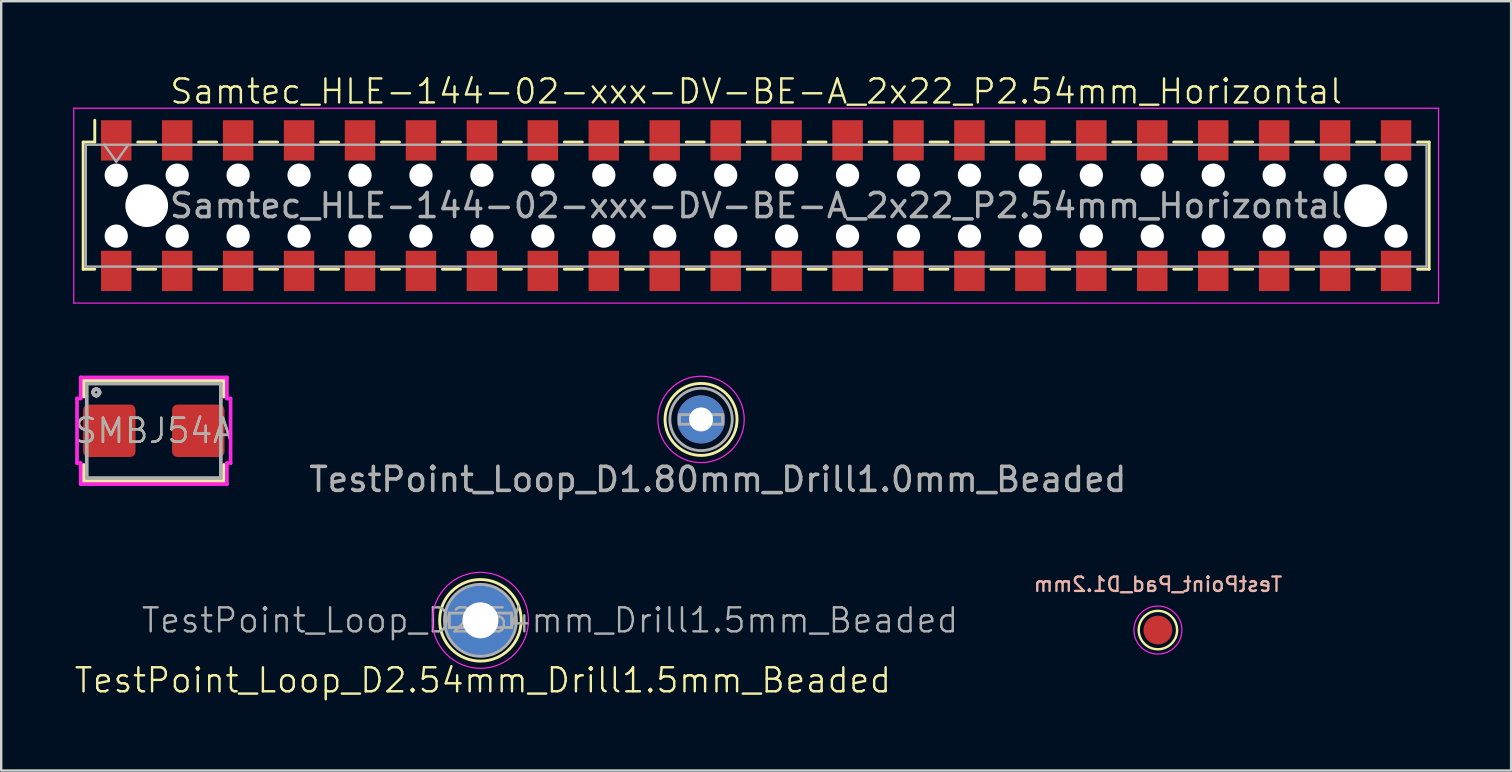
<source format=kicad_pcb>
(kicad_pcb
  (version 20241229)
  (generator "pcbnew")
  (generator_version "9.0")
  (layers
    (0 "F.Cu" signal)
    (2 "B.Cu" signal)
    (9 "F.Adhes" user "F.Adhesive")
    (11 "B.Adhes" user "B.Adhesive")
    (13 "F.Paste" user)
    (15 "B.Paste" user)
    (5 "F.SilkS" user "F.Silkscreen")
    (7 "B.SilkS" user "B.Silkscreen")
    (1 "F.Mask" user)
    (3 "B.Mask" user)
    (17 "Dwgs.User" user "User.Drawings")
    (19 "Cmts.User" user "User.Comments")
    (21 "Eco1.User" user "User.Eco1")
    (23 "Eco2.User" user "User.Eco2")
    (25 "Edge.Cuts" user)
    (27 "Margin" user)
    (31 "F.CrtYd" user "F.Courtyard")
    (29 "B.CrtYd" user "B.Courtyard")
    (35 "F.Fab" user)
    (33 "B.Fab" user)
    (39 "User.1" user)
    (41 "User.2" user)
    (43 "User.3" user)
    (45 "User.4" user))
  (footprint "TestPoint_Loop_D1.80mm_Drill1.0mm_Beaded"
    (layer "F.Cu")
    (at 26.168 14.431)
    (property "Reference" "TestPoint_Loop_D1.80mm_Drill1.0mm_Beaded" (at 0.7 2.5 0) (layer "F.SilkS") (effects (font (size 1 1) (thickness 0.1))))
    (attr through_hole)
    (fp_circle (center 0 0) (end 1.5 0) (stroke (width 0.12) (type solid)) (fill no) (layer "F.SilkS"))
    (fp_circle (center 0 0) (end 1.8 0) (stroke (width 0.05) (type solid)) (fill no) (layer "F.CrtYd"))
    (fp_line (start -0.9 -0.2) (end 0.9 -0.2) (stroke (width 0.12) (type solid)) (layer "F.Fab"))
    (fp_line (start -0.9 0.2) (end -0.9 -0.2) (stroke (width 0.12) (type solid)) (layer "F.Fab"))
    (fp_line (start 0.9 -0.2) (end 0.9 0.2) (stroke (width 0.12) (type solid)) (layer "F.Fab"))
    (fp_line (start 0.9 0.2) (end -0.9 0.2) (stroke (width 0.12) (type solid)) (layer "F.Fab"))
    (fp_circle (center 0 0) (end 1.3 0) (stroke (width 0.12) (type solid)) (fill no) (layer "F.Fab"))
    (fp_text user "${REFERENCE}" (at 0.7 2.5 0) (layer "F.Fab") (effects (font (size 1 1) (thickness 0.15))))
    (pad "1" thru_hole circle (at 0 0) (size 2 2) (drill 1) (layers "*.Cu" "*.Mask")))
  (footprint "TestPoint_Loop_D2.54mm_Drill1.5mm_Beaded"
    (layer "F.Cu")
    (at 16.974 22.804)
    (property "Reference" "TestPoint_Loop_D2.54mm_Drill1.5mm_Beaded" (at 0.1 2.5 0) (layer "F.SilkS") (effects (font (size 1 1) (thickness 0.1))))
    (attr through_hole)
    (fp_circle (center 0 0) (end 1.7 0) (stroke (width 0.12) (type solid)) (fill no) (layer "F.SilkS"))
    (fp_circle (center 0 0) (end 2 0) (stroke (width 0.05) (type solid)) (fill no) (layer "F.CrtYd"))
    (fp_line (start -1.3 -0.3) (end -1.3 0.3) (stroke (width 0.12) (type solid)) (layer "F.Fab"))
    (fp_line (start -1.3 0.3) (end 1.3 0.3) (stroke (width 0.12) (type solid)) (layer "F.Fab"))
    (fp_line (start 1.3 -0.3) (end -1.3 -0.3) (stroke (width 0.12) (type solid)) (layer "F.Fab"))
    (fp_line (start 1.3 0.3) (end 1.3 -0.3) (stroke (width 0.12) (type solid)) (layer "F.Fab"))
    (fp_circle (center 0 0) (end 1.5 0) (stroke (width 0.12) (type solid)) (fill no) (layer "F.Fab"))
    (fp_text user "${REFERENCE}" (at 2.9 0 0) (layer "F.Fab") (effects (font (size 1 1) (thickness 0.1))))
    (pad "1" thru_hole circle (at 0 0) (size 3 3) (drill 1.5) (layers "*.Cu" "*.Mask")))
  (footprint "TestPoint_Pad_D1.2mm"
    (layer "F.Cu")
    (at 45.209 23.21)
    (property "Reference" "TestPoint_Pad_D1.2mm" (at 0 -1.905 0) (layer "B.SilkS") (effects (font (size 0.6 0.6) (thickness 0.1)) (justify mirror)))
    (attr through_hole)
    (fp_circle (center 0 0) (end 0.8 0) (stroke (width 0.1) (type solid)) (fill no) (layer "F.SilkS"))
    (fp_circle (center 0 0) (end 1 0) (stroke (width 0.05) (type solid)) (fill no) (layer "F.CrtYd"))
    (pad "1" smd circle (at 0 0) (size 1.2 1.2) (layers "F.Cu" "F.Mask")))
  (footprint "SMBJ54A"
    (layer "F.Cu")
    (at 3.36 14.904)
    (property "Reference" "SMBJ54A" (at 0 0 0) (layer "F.SilkS") (effects (font (size 1 1) (thickness 0.1))))
    (attr through_hole)
    (fp_line (start -2.921 -2.095) (end -2.921 -1.425) (stroke (width 0.152) (type solid)) (layer "F.SilkS"))
    (fp_line (start -2.921 1.425) (end -2.921 2.095) (stroke (width 0.152) (type solid)) (layer "F.SilkS"))
    (fp_line (start -2.921 2.095) (end 2.921 2.095) (stroke (width 0.152) (type solid)) (layer "F.SilkS"))
    (fp_line (start 2.921 -2.095) (end -2.921 -2.095) (stroke (width 0.152) (type solid)) (layer "F.SilkS"))
    (fp_line (start 2.921 -1.425) (end 2.921 -2.095) (stroke (width 0.152) (type solid)) (layer "F.SilkS"))
    (fp_line (start 2.921 2.095) (end 2.921 1.425) (stroke (width 0.152) (type solid)) (layer "F.SilkS"))
    (fp_line (start -3.2 -1.346) (end -3.048 -1.346) (stroke (width 0.152) (type solid)) (layer "F.CrtYd"))
    (fp_line (start -3.2 1.346) (end -3.2 -1.346) (stroke (width 0.152) (type solid)) (layer "F.CrtYd"))
    (fp_line (start -3.048 -2.223) (end 3.048 -2.223) (stroke (width 0.152) (type solid)) (layer "F.CrtYd"))
    (fp_line (start -3.048 -1.346) (end -3.048 -2.223) (stroke (width 0.152) (type solid)) (layer "F.CrtYd"))
    (fp_line (start -3.048 1.346) (end -3.2 1.346) (stroke (width 0.152) (type solid)) (layer "F.CrtYd"))
    (fp_line (start -3.048 2.223) (end -3.048 1.346) (stroke (width 0.152) (type solid)) (layer "F.CrtYd"))
    (fp_line (start 3.048 -2.223) (end 3.048 -1.346) (stroke (width 0.152) (type solid)) (layer "F.CrtYd"))
    (fp_line (start 3.048 -1.346) (end 3.2 -1.346) (stroke (width 0.152) (type solid)) (layer "F.CrtYd"))
    (fp_line (start 3.048 1.346) (end 3.048 2.223) (stroke (width 0.152) (type solid)) (layer "F.CrtYd"))
    (fp_line (start 3.048 2.223) (end -3.048 2.223) (stroke (width 0.152) (type solid)) (layer "F.CrtYd"))
    (fp_line (start 3.2 -1.346) (end 3.2 1.346) (stroke (width 0.152) (type solid)) (layer "F.CrtYd"))
    (fp_line (start 3.2 1.346) (end 3.048 1.346) (stroke (width 0.152) (type solid)) (layer "F.CrtYd"))
    (fp_line (start -2.794 -1.968) (end -2.794 1.968) (stroke (width 0.152) (type solid)) (layer "F.Fab"))
    (fp_line (start -2.794 1.968) (end 2.794 1.968) (stroke (width 0.152) (type solid)) (layer "F.Fab"))
    (fp_line (start 2.794 -1.968) (end -2.794 -1.968) (stroke (width 0.152) (type solid)) (layer "F.Fab"))
    (fp_line (start 2.794 1.968) (end 2.794 -1.968) (stroke (width 0.152) (type solid)) (layer "F.Fab"))
    (fp_text user "${REFERENCE}" (at 0 0 0) (layer "F.Fab") (effects (font (size 1 1) (thickness 0.1))))
    (fp_text user "°" (at -2.4 -1.2 0) (layer "F.Fab") (effects (font (size 1 1) (thickness 0.15))))
    (fp_text user "°" (at -2.4 -1.2 0) (layer "F.Fab") (effects (font (size 1 1) (thickness 0.15))))
    (pad "1" smd roundrect (at -1.854 0 90) (size 2.184 2.184) (layers "F.Cu" "F.Mask" "F.Paste") (roundrect_rratio 0.1))
    (pad "2" smd roundrect (at 1.854 0 90) (size 2.184 2.184) (layers "F.Cu" "F.Mask" "F.Paste") (roundrect_rratio 0.1)))
  (footprint "Samtec_HLE-144-02-xxx-DV-BE-A_2x22_P2.54mm_Horizontal"
    (layer "F.Cu")
    (at 28.465 5.521)
    (property "Reference" "Samtec_HLE-144-02-xxx-DV-BE-A_2x22_P2.54mm_Horizontal" (at 0 -4.76 0) (layer "F.SilkS") (effects (font (size 1 1) (thickness 0.1))))
    (attr smd)
    (fp_line (start -28.05 -2.65) (end -28.05 2.65) (stroke (width 0.12) (type solid)) (layer "F.SilkS"))
    (fp_line (start -28.05 2.65) (end -27.565 2.65) (stroke (width 0.12) (type solid)) (layer "F.SilkS"))
    (fp_line (start -27.565 -3.56) (end -27.565 -2.65) (stroke (width 0.12) (type solid)) (layer "F.SilkS"))
    (fp_line (start -27.565 -2.65) (end -28.05 -2.65) (stroke (width 0.12) (type solid)) (layer "F.SilkS"))
    (fp_line (start -25.775 -2.65) (end -25.025 -2.65) (stroke (width 0.12) (type solid)) (layer "F.SilkS"))
    (fp_line (start -25.775 2.65) (end -25.025 2.65) (stroke (width 0.12) (type solid)) (layer "F.SilkS"))
    (fp_line (start -23.235 -2.65) (end -22.485 -2.65) (stroke (width 0.12) (type solid)) (layer "F.SilkS"))
    (fp_line (start -23.235 2.65) (end -22.485 2.65) (stroke (width 0.12) (type solid)) (layer "F.SilkS"))
    (fp_line (start -20.695 -2.65) (end -19.945 -2.65) (stroke (width 0.12) (type solid)) (layer "F.SilkS"))
    (fp_line (start -20.695 2.65) (end -19.945 2.65) (stroke (width 0.12) (type solid)) (layer "F.SilkS"))
    (fp_line (start -18.155 -2.65) (end -17.405 -2.65) (stroke (width 0.12) (type solid)) (layer "F.SilkS"))
    (fp_line (start -18.155 2.65) (end -17.405 2.65) (stroke (width 0.12) (type solid)) (layer "F.SilkS"))
    (fp_line (start -15.615 -2.65) (end -14.865 -2.65) (stroke (width 0.12) (type solid)) (layer "F.SilkS"))
    (fp_line (start -15.615 2.65) (end -14.865 2.65) (stroke (width 0.12) (type solid)) (layer "F.SilkS"))
    (fp_line (start -13.075 -2.65) (end -12.325 -2.65) (stroke (width 0.12) (type solid)) (layer "F.SilkS"))
    (fp_line (start -13.075 2.65) (end -12.325 2.65) (stroke (width 0.12) (type solid)) (layer "F.SilkS"))
    (fp_line (start -10.535 -2.65) (end -9.785 -2.65) (stroke (width 0.12) (type solid)) (layer "F.SilkS"))
    (fp_line (start -10.535 2.65) (end -9.785 2.65) (stroke (width 0.12) (type solid)) (layer "F.SilkS"))
    (fp_line (start -7.995 -2.65) (end -7.245 -2.65) (stroke (width 0.12) (type solid)) (layer "F.SilkS"))
    (fp_line (start -7.995 2.65) (end -7.245 2.65) (stroke (width 0.12) (type solid)) (layer "F.SilkS"))
    (fp_line (start -5.455 -2.65) (end -4.705 -2.65) (stroke (width 0.12) (type solid)) (layer "F.SilkS"))
    (fp_line (start -5.455 2.65) (end -4.705 2.65) (stroke (width 0.12) (type solid)) (layer "F.SilkS"))
    (fp_line (start -2.915 -2.65) (end -2.165 -2.65) (stroke (width 0.12) (type solid)) (layer "F.SilkS"))
    (fp_line (start -2.915 2.65) (end -2.165 2.65) (stroke (width 0.12) (type solid)) (layer "F.SilkS"))
    (fp_line (start -0.375 -2.65) (end 0.375 -2.65) (stroke (width 0.12) (type solid)) (layer "F.SilkS"))
    (fp_line (start -0.375 2.65) (end 0.375 2.65) (stroke (width 0.12) (type solid)) (layer "F.SilkS"))
    (fp_line (start 2.165 -2.65) (end 2.915 -2.65) (stroke (width 0.12) (type solid)) (layer "F.SilkS"))
    (fp_line (start 2.165 2.65) (end 2.915 2.65) (stroke (width 0.12) (type solid)) (layer "F.SilkS"))
    (fp_line (start 4.705 -2.65) (end 5.455 -2.65) (stroke (width 0.12) (type solid)) (layer "F.SilkS"))
    (fp_line (start 4.705 2.65) (end 5.455 2.65) (stroke (width 0.12) (type solid)) (layer "F.SilkS"))
    (fp_line (start 7.245 -2.65) (end 7.995 -2.65) (stroke (width 0.12) (type solid)) (layer "F.SilkS"))
    (fp_line (start 7.245 2.65) (end 7.995 2.65) (stroke (width 0.12) (type solid)) (layer "F.SilkS"))
    (fp_line (start 9.785 -2.65) (end 10.535 -2.65) (stroke (width 0.12) (type solid)) (layer "F.SilkS"))
    (fp_line (start 9.785 2.65) (end 10.535 2.65) (stroke (width 0.12) (type solid)) (layer "F.SilkS"))
    (fp_line (start 12.325 -2.65) (end 13.075 -2.65) (stroke (width 0.12) (type solid)) (layer "F.SilkS"))
    (fp_line (start 12.325 2.65) (end 13.075 2.65) (stroke (width 0.12) (type solid)) (layer "F.SilkS"))
    (fp_line (start 14.865 -2.65) (end 15.615 -2.65) (stroke (width 0.12) (type solid)) (layer "F.SilkS"))
    (fp_line (start 14.865 2.65) (end 15.615 2.65) (stroke (width 0.12) (type solid)) (layer "F.SilkS"))
    (fp_line (start 17.405 -2.65) (end 18.155 -2.65) (stroke (width 0.12) (type solid)) (layer "F.SilkS"))
    (fp_line (start 17.405 2.65) (end 18.155 2.65) (stroke (width 0.12) (type solid)) (layer "F.SilkS"))
    (fp_line (start 19.945 -2.65) (end 20.695 -2.65) (stroke (width 0.12) (type solid)) (layer "F.SilkS"))
    (fp_line (start 19.945 2.65) (end 20.695 2.65) (stroke (width 0.12) (type solid)) (layer "F.SilkS"))
    (fp_line (start 22.485 -2.65) (end 23.235 -2.65) (stroke (width 0.12) (type solid)) (layer "F.SilkS"))
    (fp_line (start 22.485 2.65) (end 23.235 2.65) (stroke (width 0.12) (type solid)) (layer "F.SilkS"))
    (fp_line (start 25.025 -2.65) (end 25.775 -2.65) (stroke (width 0.12) (type solid)) (layer "F.SilkS"))
    (fp_line (start 25.025 2.65) (end 25.775 2.65) (stroke (width 0.12) (type solid)) (layer "F.SilkS"))
    (fp_line (start 27.565 -2.65) (end 28.05 -2.65) (stroke (width 0.12) (type solid)) (layer "F.SilkS"))
    (fp_line (start 28.05 -2.65) (end 28.05 2.65) (stroke (width 0.12) (type solid)) (layer "F.SilkS"))
    (fp_line (start 28.05 2.65) (end 27.565 2.65) (stroke (width 0.12) (type solid)) (layer "F.SilkS"))
    (fp_line (start -28.44 -4.06) (end 28.44 -4.06) (stroke (width 0.05) (type solid)) (layer "F.CrtYd"))
    (fp_line (start -28.44 4.06) (end -28.44 -4.06) (stroke (width 0.05) (type solid)) (layer "F.CrtYd"))
    (fp_line (start 28.44 -4.06) (end 28.44 4.06) (stroke (width 0.05) (type solid)) (layer "F.CrtYd"))
    (fp_line (start 28.44 4.06) (end -28.44 4.06) (stroke (width 0.05) (type solid)) (layer "F.CrtYd"))
    (fp_line (start -27.94 -2.54) (end 27.94 -2.54) (stroke (width 0.1) (type solid)) (layer "F.Fab"))
    (fp_line (start -27.94 2.54) (end -27.94 -2.54) (stroke (width 0.1) (type solid)) (layer "F.Fab"))
    (fp_line (start -27.17 -2.54) (end -26.67 -1.833) (stroke (width 0.1) (type solid)) (layer "F.Fab"))
    (fp_line (start -26.67 -1.833) (end -26.17 -2.54) (stroke (width 0.1) (type solid)) (layer "F.Fab"))
    (fp_line (start 27.94 -2.54) (end 27.94 2.54) (stroke (width 0.1) (type solid)) (layer "F.Fab"))
    (fp_line (start 27.94 2.54) (end -27.94 2.54) (stroke (width 0.1) (type solid)) (layer "F.Fab"))
    (fp_text user "${REFERENCE}" (at 0 0 0) (layer "F.Fab") (effects (font (size 1 1) (thickness 0.15))))
    (pad "" np_thru_hole circle (at -26.67 -1.27) (size 0.97 0.97) (drill 0.97) (layers "*.Cu" "*.Mask"))
    (pad "" np_thru_hole circle (at -26.67 1.27) (size 0.97 0.97) (drill 0.97) (layers "*.Cu" "*.Mask"))
    (pad "" np_thru_hole circle (at -25.4 0) (size 1.78 1.78) (drill 1.78) (layers "*.Cu" "*.Mask"))
    (pad "" np_thru_hole circle (at -24.13 -1.27) (size 0.97 0.97) (drill 0.97) (layers "*.Cu" "*.Mask"))
    (pad "" np_thru_hole circle (at -24.13 1.27) (size 0.97 0.97) (drill 0.97) (layers "*.Cu" "*.Mask"))
    (pad "" np_thru_hole circle (at -21.59 -1.27) (size 0.97 0.97) (drill 0.97) (layers "*.Cu" "*.Mask"))
    (pad "" np_thru_hole circle (at -21.59 1.27) (size 0.97 0.97) (drill 0.97) (layers "*.Cu" "*.Mask"))
    (pad "" np_thru_hole circle (at -19.05 -1.27) (size 0.97 0.97) (drill 0.97) (layers "*.Cu" "*.Mask"))
    (pad "" np_thru_hole circle (at -19.05 1.27) (size 0.97 0.97) (drill 0.97) (layers "*.Cu" "*.Mask"))
    (pad "" np_thru_hole circle (at -16.51 -1.27) (size 0.97 0.97) (drill 0.97) (layers "*.Cu" "*.Mask"))
    (pad "" np_thru_hole circle (at -16.51 1.27) (size 0.97 0.97) (drill 0.97) (layers "*.Cu" "*.Mask"))
    (pad "" np_thru_hole circle (at -13.97 -1.27) (size 0.97 0.97) (drill 0.97) (layers "*.Cu" "*.Mask"))
    (pad "" np_thru_hole circle (at -13.97 1.27) (size 0.97 0.97) (drill 0.97) (layers "*.Cu" "*.Mask"))
    (pad "" np_thru_hole circle (at -11.43 -1.27) (size 0.97 0.97) (drill 0.97) (layers "*.Cu" "*.Mask"))
    (pad "" np_thru_hole circle (at -11.43 1.27) (size 0.97 0.97) (drill 0.97) (layers "*.Cu" "*.Mask"))
    (pad "" np_thru_hole circle (at -8.89 -1.27) (size 0.97 0.97) (drill 0.97) (layers "*.Cu" "*.Mask"))
    (pad "" np_thru_hole circle (at -8.89 1.27) (size 0.97 0.97) (drill 0.97) (layers "*.Cu" "*.Mask"))
    (pad "" np_thru_hole circle (at -6.35 -1.27) (size 0.97 0.97) (drill 0.97) (layers "*.Cu" "*.Mask"))
    (pad "" np_thru_hole circle (at -6.35 1.27) (size 0.97 0.97) (drill 0.97) (layers "*.Cu" "*.Mask"))
    (pad "" np_thru_hole circle (at -3.81 -1.27) (size 0.97 0.97) (drill 0.97) (layers "*.Cu" "*.Mask"))
    (pad "" np_thru_hole circle (at -3.81 1.27) (size 0.97 0.97) (drill 0.97) (layers "*.Cu" "*.Mask"))
    (pad "" np_thru_hole circle (at -1.27 -1.27) (size 0.97 0.97) (drill 0.97) (layers "*.Cu" "*.Mask"))
    (pad "" np_thru_hole circle (at -1.27 1.27) (size 0.97 0.97) (drill 0.97) (layers "*.Cu" "*.Mask"))
    (pad "" np_thru_hole circle (at 1.27 -1.27) (size 0.97 0.97) (drill 0.97) (layers "*.Cu" "*.Mask"))
    (pad "" np_thru_hole circle (at 1.27 1.27) (size 0.97 0.97) (drill 0.97) (layers "*.Cu" "*.Mask"))
    (pad "" np_thru_hole circle (at 3.81 -1.27) (size 0.97 0.97) (drill 0.97) (layers "*.Cu" "*.Mask"))
    (pad "" np_thru_hole circle (at 3.81 1.27) (size 0.97 0.97) (drill 0.97) (layers "*.Cu" "*.Mask"))
    (pad "" np_thru_hole circle (at 6.35 -1.27) (size 0.97 0.97) (drill 0.97) (layers "*.Cu" "*.Mask"))
    (pad "" np_thru_hole circle (at 6.35 1.27) (size 0.97 0.97) (drill 0.97) (layers "*.Cu" "*.Mask"))
    (pad "" np_thru_hole circle (at 8.89 -1.27) (size 0.97 0.97) (drill 0.97) (layers "*.Cu" "*.Mask"))
    (pad "" np_thru_hole circle (at 8.89 1.27) (size 0.97 0.97) (drill 0.97) (layers "*.Cu" "*.Mask"))
    (pad "" np_thru_hole circle (at 11.43 -1.27) (size 0.97 0.97) (drill 0.97) (layers "*.Cu" "*.Mask"))
    (pad "" np_thru_hole circle (at 11.43 1.27) (size 0.97 0.97) (drill 0.97) (layers "*.Cu" "*.Mask"))
    (pad "" np_thru_hole circle (at 13.97 -1.27) (size 0.97 0.97) (drill 0.97) (layers "*.Cu" "*.Mask"))
    (pad "" np_thru_hole circle (at 13.97 1.27) (size 0.97 0.97) (drill 0.97) (layers "*.Cu" "*.Mask"))
    (pad "" np_thru_hole circle (at 16.51 -1.27) (size 0.97 0.97) (drill 0.97) (layers "*.Cu" "*.Mask"))
    (pad "" np_thru_hole circle (at 16.51 1.27) (size 0.97 0.97) (drill 0.97) (layers "*.Cu" "*.Mask"))
    (pad "" np_thru_hole circle (at 19.05 -1.27) (size 0.97 0.97) (drill 0.97) (layers "*.Cu" "*.Mask"))
    (pad "" np_thru_hole circle (at 19.05 1.27) (size 0.97 0.97) (drill 0.97) (layers "*.Cu" "*.Mask"))
    (pad "" np_thru_hole circle (at 21.59 -1.27) (size 0.97 0.97) (drill 0.97) (layers "*.Cu" "*.Mask"))
    (pad "" np_thru_hole circle (at 21.59 1.27) (size 0.97 0.97) (drill 0.97) (layers "*.Cu" "*.Mask"))
    (pad "" np_thru_hole circle (at 24.13 -1.27) (size 0.97 0.97) (drill 0.97) (layers "*.Cu" "*.Mask"))
    (pad "" np_thru_hole circle (at 24.13 1.27) (size 0.97 0.97) (drill 0.97) (layers "*.Cu" "*.Mask"))
    (pad "" np_thru_hole circle (at 25.4 0) (size 1.78 1.78) (drill 1.78) (layers "*.Cu" "*.Mask"))
    (pad "" np_thru_hole circle (at 26.67 -1.27) (size 0.97 0.97) (drill 0.97) (layers "*.Cu" "*.Mask"))
    (pad "" np_thru_hole circle (at 26.67 1.27) (size 0.97 0.97) (drill 0.97) (layers "*.Cu" "*.Mask"))
    (pad "1" smd rect (at -26.67 -2.72) (size 1.27 1.68) (layers "F.Cu" "F.Mask" "F.Paste"))
    (pad "2" smd rect (at -26.67 2.72) (size 1.27 1.68) (layers "F.Cu" "F.Mask" "F.Paste"))
    (pad "3" smd rect (at -24.13 -2.72) (size 1.27 1.68) (layers "F.Cu" "F.Mask" "F.Paste"))
    (pad "4" smd rect (at -24.13 2.72) (size 1.27 1.68) (layers "F.Cu" "F.Mask" "F.Paste"))
    (pad "5" smd rect (at -21.59 -2.72) (size 1.27 1.68) (layers "F.Cu" "F.Mask" "F.Paste"))
    (pad "6" smd rect (at -21.59 2.72) (size 1.27 1.68) (layers "F.Cu" "F.Mask" "F.Paste"))
    (pad "7" smd rect (at -19.05 -2.72) (size 1.27 1.68) (layers "F.Cu" "F.Mask" "F.Paste"))
    (pad "8" smd rect (at -19.05 2.72) (size 1.27 1.68) (layers "F.Cu" "F.Mask" "F.Paste"))
    (pad "9" smd rect (at -16.51 -2.72) (size 1.27 1.68) (layers "F.Cu" "F.Mask" "F.Paste"))
    (pad "10" smd rect (at -16.51 2.72) (size 1.27 1.68) (layers "F.Cu" "F.Mask" "F.Paste"))
    (pad "11" smd rect (at -13.97 -2.72) (size 1.27 1.68) (layers "F.Cu" "F.Mask" "F.Paste"))
    (pad "12" smd rect (at -13.97 2.72) (size 1.27 1.68) (layers "F.Cu" "F.Mask" "F.Paste"))
    (pad "13" smd rect (at -11.43 -2.72) (size 1.27 1.68) (layers "F.Cu" "F.Mask" "F.Paste"))
    (pad "14" smd rect (at -11.43 2.72) (size 1.27 1.68) (layers "F.Cu" "F.Mask" "F.Paste"))
    (pad "15" smd rect (at -8.89 -2.72) (size 1.27 1.68) (layers "F.Cu" "F.Mask" "F.Paste"))
    (pad "16" smd rect (at -8.89 2.72) (size 1.27 1.68) (layers "F.Cu" "F.Mask" "F.Paste"))
    (pad "17" smd rect (at -6.35 -2.72) (size 1.27 1.68) (layers "F.Cu" "F.Mask" "F.Paste"))
    (pad "18" smd rect (at -6.35 2.72) (size 1.27 1.68) (layers "F.Cu" "F.Mask" "F.Paste"))
    (pad "19" smd rect (at -3.81 -2.72) (size 1.27 1.68) (layers "F.Cu" "F.Mask" "F.Paste"))
    (pad "20" smd rect (at -3.81 2.72) (size 1.27 1.68) (layers "F.Cu" "F.Mask" "F.Paste"))
    (pad "21" smd rect (at -1.27 -2.72) (size 1.27 1.68) (layers "F.Cu" "F.Mask" "F.Paste"))
    (pad "22" smd rect (at -1.27 2.72) (size 1.27 1.68) (layers "F.Cu" "F.Mask" "F.Paste"))
    (pad "23" smd rect (at 1.27 -2.72) (size 1.27 1.68) (layers "F.Cu" "F.Mask" "F.Paste"))
    (pad "24" smd rect (at 1.27 2.72) (size 1.27 1.68) (layers "F.Cu" "F.Mask" "F.Paste"))
    (pad "25" smd rect (at 3.81 -2.72) (size 1.27 1.68) (layers "F.Cu" "F.Mask" "F.Paste"))
    (pad "26" smd rect (at 3.81 2.72) (size 1.27 1.68) (layers "F.Cu" "F.Mask" "F.Paste"))
    (pad "27" smd rect (at 6.35 -2.72) (size 1.27 1.68) (layers "F.Cu" "F.Mask" "F.Paste"))
    (pad "28" smd rect (at 6.35 2.72) (size 1.27 1.68) (layers "F.Cu" "F.Mask" "F.Paste"))
    (pad "29" smd rect (at 8.89 -2.72) (size 1.27 1.68) (layers "F.Cu" "F.Mask" "F.Paste"))
    (pad "30" smd rect (at 8.89 2.72) (size 1.27 1.68) (layers "F.Cu" "F.Mask" "F.Paste"))
    (pad "31" smd rect (at 11.43 -2.72) (size 1.27 1.68) (layers "F.Cu" "F.Mask" "F.Paste"))
    (pad "32" smd rect (at 11.43 2.72) (size 1.27 1.68) (layers "F.Cu" "F.Mask" "F.Paste"))
    (pad "33" smd rect (at 13.97 -2.72) (size 1.27 1.68) (layers "F.Cu" "F.Mask" "F.Paste"))
    (pad "34" smd rect (at 13.97 2.72) (size 1.27 1.68) (layers "F.Cu" "F.Mask" "F.Paste"))
    (pad "35" smd rect (at 16.51 -2.72) (size 1.27 1.68) (layers "F.Cu" "F.Mask" "F.Paste"))
    (pad "36" smd rect (at 16.51 2.72) (size 1.27 1.68) (layers "F.Cu" "F.Mask" "F.Paste"))
    (pad "37" smd rect (at 19.05 -2.72) (size 1.27 1.68) (layers "F.Cu" "F.Mask" "F.Paste"))
    (pad "38" smd rect (at 19.05 2.72) (size 1.27 1.68) (layers "F.Cu" "F.Mask" "F.Paste"))
    (pad "39" smd rect (at 21.59 -2.72) (size 1.27 1.68) (layers "F.Cu" "F.Mask" "F.Paste"))
    (pad "40" smd rect (at 21.59 2.72) (size 1.27 1.68) (layers "F.Cu" "F.Mask" "F.Paste"))
    (pad "41" smd rect (at 24.13 -2.72) (size 1.27 1.68) (layers "F.Cu" "F.Mask" "F.Paste"))
    (pad "42" smd rect (at 24.13 2.72) (size 1.27 1.68) (layers "F.Cu" "F.Mask" "F.Paste"))
    (pad "43" smd rect (at 26.67 -2.72) (size 1.27 1.68) (layers "F.Cu" "F.Mask" "F.Paste"))
    (pad "44" smd rect (at 26.67 2.72) (size 1.27 1.68) (layers "F.Cu" "F.Mask" "F.Paste")))
  (gr_rect
    (start -3 -3)
    (end 59.93 29.064)
    (stroke (width 0.1) (type default))
    (fill no)
    (layer "Edge.Cuts")))
</source>
